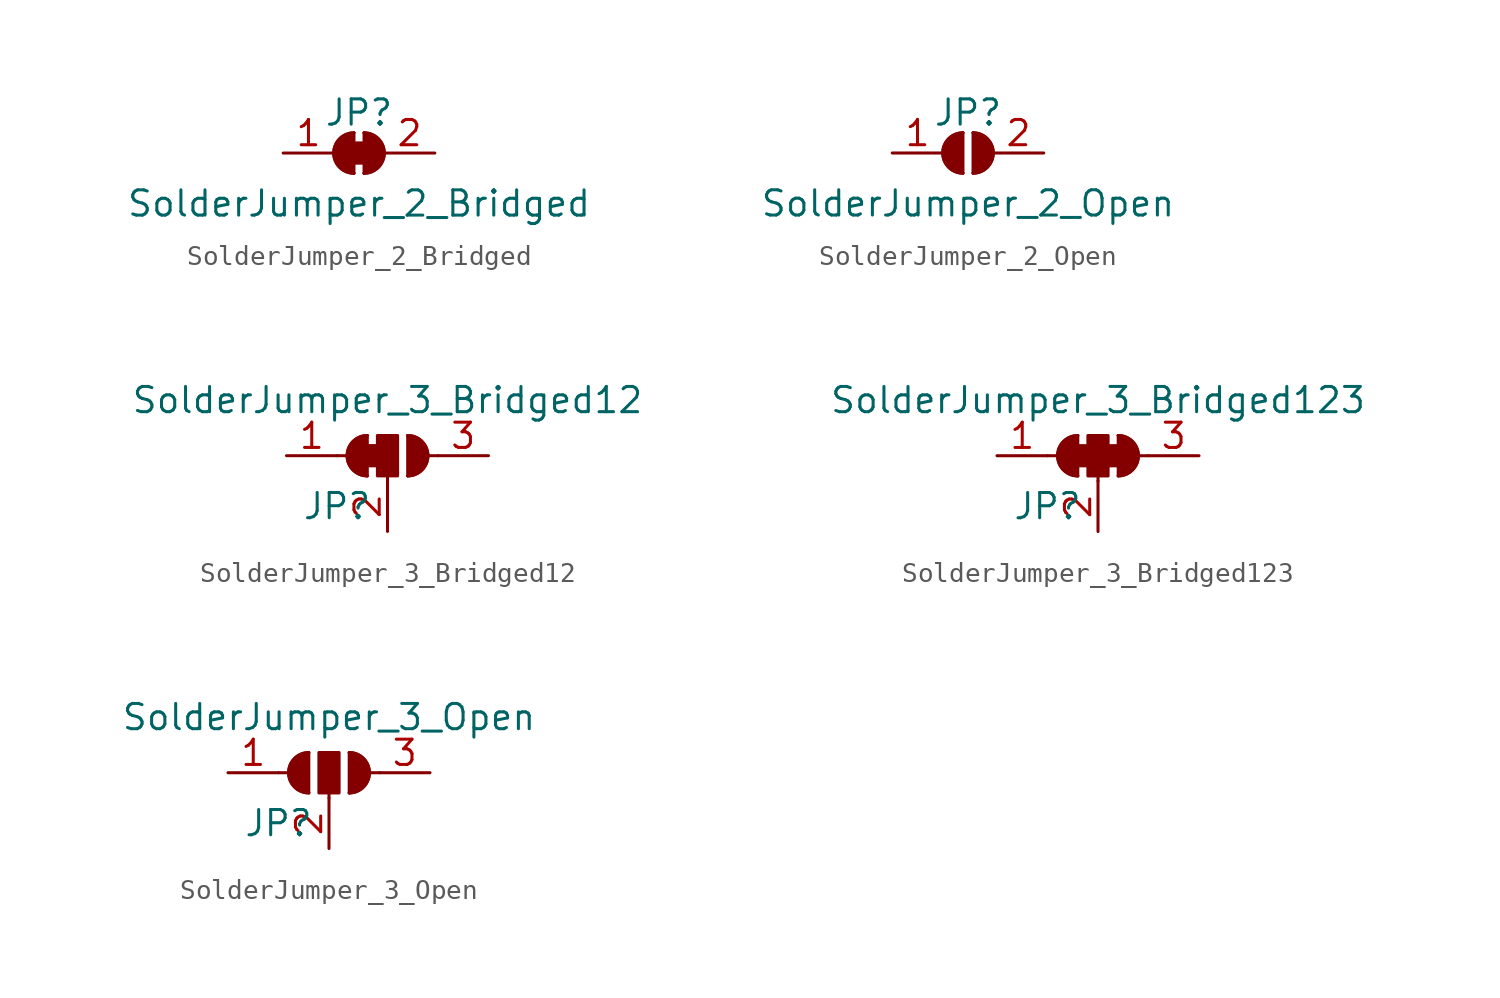
<source format=kicad_sym>
(kicad_symbol_lib
  (version 20201005)
  (generator kicad_symbol_editor)
  (symbol "SolderJumper_2_Bridged"
    (pin_names
      (offset 0) hide)
    (property "Reference" "JP"
      (at 0 2.032 0)
      (effects (font (size 1.27 1.27))))
    (property "Value" "SolderJumper_2_Bridged"
      (at 0 -2.54 0)
      (effects (font (size 1.27 1.27))))
    (symbol "SolderJumper_2_Bridged_0_1"
      (arc (start -0.254 1.016) (end -0.254 -1.016) (radius (at -0.254 0) (length 1.016) (angles 90.1 -90.1)) (stroke (width 0)) (fill (type none)))
      (arc (start 0.254 -1.016) (end 0.254 1.016) (radius (at 0.254 0) (length 1.016) (angles -89.9 89.9)) (stroke (width 0)) (fill (type none)))
      (arc (start -0.254 1.016) (end -0.254 -1.016) (radius (at -0.254 0) (length 1.016) (angles 90.1 -90.1)) (stroke (width 0)) (fill (type outline)))
      (arc (start 0.254 -1.016) (end 0.254 1.016) (radius (at 0.254 0) (length 1.016) (angles -89.9 89.9)) (stroke (width 0)) (fill (type outline)))
      (rectangle (start -0.508 0.508) (end 0.508 -0.508) (stroke (width 0)) (fill (type outline)))
      (polyline (pts (xy -0.254 1.016) (xy -0.254 -1.016)) (stroke (width 0)) (fill (type none)))
      (polyline (pts (xy 0.254 1.016) (xy 0.254 -1.016)) (stroke (width 0)) (fill (type none))))
    (symbol "SolderJumper_2_Bridged_1_1"
      (pin passive line (at -3.81 0 0) (length 2.54) (name "A" (effects (font (size 1.27 1.27)))) (number "1" (effects (font (size 1.27 1.27)))))
      (pin passive line (at 3.81 0 180) (length 2.54) (name "B" (effects (font (size 1.27 1.27)))) (number "2" (effects (font (size 1.27 1.27)))))))
  (symbol "SolderJumper_2_Open"
    (pin_names
      (offset 0) hide)
    (property "Reference" "JP"
      (at 0 2.032 0)
      (effects (font (size 1.27 1.27))))
    (property "Value" "SolderJumper_2_Open"
      (at 0 -2.54 0)
      (effects (font (size 1.27 1.27))))
    (symbol "SolderJumper_2_Open_0_1"
      (arc (start -0.254 1.016) (end -0.254 -1.016) (radius (at -0.254 0) (length 1.016) (angles 90.1 -90.1)) (stroke (width 0)) (fill (type none)))
      (arc (start 0.254 -1.016) (end 0.254 1.016) (radius (at 0.254 0) (length 1.016) (angles -89.9 89.9)) (stroke (width 0)) (fill (type none)))
      (arc (start -0.254 1.016) (end -0.254 -1.016) (radius (at -0.254 0) (length 1.016) (angles 90.1 -90.1)) (stroke (width 0)) (fill (type outline)))
      (arc (start 0.254 -1.016) (end 0.254 1.016) (radius (at 0.254 0) (length 1.016) (angles -89.9 89.9)) (stroke (width 0)) (fill (type outline)))
      (polyline (pts (xy -0.254 1.016) (xy -0.254 -1.016)) (stroke (width 0)) (fill (type none)))
      (polyline (pts (xy 0.254 1.016) (xy 0.254 -1.016)) (stroke (width 0)) (fill (type none))))
    (symbol "SolderJumper_2_Open_1_1"
      (pin passive line (at -3.81 0 0) (length 2.54) (name "A" (effects (font (size 1.27 1.27)))) (number "1" (effects (font (size 1.27 1.27)))))
      (pin passive line (at 3.81 0 180) (length 2.54) (name "B" (effects (font (size 1.27 1.27)))) (number "2" (effects (font (size 1.27 1.27)))))))
  (symbol "SolderJumper_3_Bridged12"
    (pin_names
      (offset 0) hide)
    (property "Reference" "JP"
      (at -2.54 -2.54 0)
      (effects (font (size 1.27 1.27))))
    (property "Value" "SolderJumper_3_Bridged12"
      (at 0 2.794 0)
      (effects (font (size 1.27 1.27))))
    (symbol "SolderJumper_3_Bridged12_0_1"
      (arc (start -1.016 1.016) (end -1.016 -1.016) (radius (at -1.016 0) (length 1.016) (angles 90.1 -90.1)) (stroke (width 0)) (fill (type none)))
      (arc (start 1.016 -1.016) (end 1.016 1.016) (radius (at 1.016 0) (length 1.016) (angles -89.9 89.9)) (stroke (width 0)) (fill (type none)))
      (arc (start -1.016 1.016) (end -1.016 -1.016) (radius (at -1.016 0) (length 1.016) (angles 90.1 -90.1)) (stroke (width 0)) (fill (type outline)))
      (arc (start 1.016 -1.016) (end 1.016 1.016) (radius (at 1.016 0) (length 1.016) (angles -89.9 89.9)) (stroke (width 0)) (fill (type outline)))
      (rectangle (start -1.016 0.508) (end -0.508 -0.508) (stroke (width 0)) (fill (type outline)))
      (rectangle (start -0.508 1.016) (end 0.508 -1.016) (stroke (width 0)) (fill (type outline)))
      (polyline (pts (xy -2.54 0) (xy -2.032 0)) (stroke (width 0)) (fill (type none)))
      (polyline (pts (xy -1.016 1.016) (xy -1.016 -1.016)) (stroke (width 0)) (fill (type none)))
      (polyline (pts (xy 0 -1.27) (xy 0 -1.016)) (stroke (width 0)) (fill (type none)))
      (polyline (pts (xy 1.016 1.016) (xy 1.016 -1.016)) (stroke (width 0)) (fill (type none)))
      (polyline (pts (xy 2.54 0) (xy 2.032 0)) (stroke (width 0)) (fill (type none))))
    (symbol "SolderJumper_3_Bridged12_1_1"
      (pin passive line (at -5.08 0 0) (length 2.54) (name "A" (effects (font (size 1.27 1.27)))) (number "1" (effects (font (size 1.27 1.27)))))
      (pin input line (at 0 -3.81 90) (length 2.54) (name "C" (effects (font (size 1.27 1.27)))) (number "2" (effects (font (size 1.27 1.27)))))
      (pin passive line (at 5.08 0 180) (length 2.54) (name "B" (effects (font (size 1.27 1.27)))) (number "3" (effects (font (size 1.27 1.27)))))))
  (symbol "SolderJumper_3_Bridged123"
    (pin_names
      (offset 0) hide)
    (property "Reference" "JP"
      (at -2.54 -2.54 0)
      (effects (font (size 1.27 1.27))))
    (property "Value" "SolderJumper_3_Bridged123"
      (at 0 2.794 0)
      (effects (font (size 1.27 1.27))))
    (symbol "SolderJumper_3_Bridged123_0_1"
      (arc (start -1.016 1.016) (end -1.016 -1.016) (radius (at -1.016 0) (length 1.016) (angles 90.1 -90.1)) (stroke (width 0)) (fill (type none)))
      (arc (start 1.016 -1.016) (end 1.016 1.016) (radius (at 1.016 0) (length 1.016) (angles -89.9 89.9)) (stroke (width 0)) (fill (type none)))
      (arc (start -1.016 1.016) (end -1.016 -1.016) (radius (at -1.016 0) (length 1.016) (angles 90.1 -90.1)) (stroke (width 0)) (fill (type outline)))
      (arc (start 1.016 -1.016) (end 1.016 1.016) (radius (at 1.016 0) (length 1.016) (angles -89.9 89.9)) (stroke (width 0)) (fill (type outline)))
      (rectangle (start -1.016 0.508) (end -0.508 -0.508) (stroke (width 0)) (fill (type outline)))
      (rectangle (start -0.508 1.016) (end 0.508 -1.016) (stroke (width 0)) (fill (type outline)))
      (rectangle (start 0.508 0.508) (end 1.016 -0.508) (stroke (width 0)) (fill (type outline)))
      (polyline (pts (xy -2.54 0) (xy -2.032 0)) (stroke (width 0)) (fill (type none)))
      (polyline (pts (xy -1.016 1.016) (xy -1.016 -1.016)) (stroke (width 0)) (fill (type none)))
      (polyline (pts (xy 0 -1.27) (xy 0 -1.016)) (stroke (width 0)) (fill (type none)))
      (polyline (pts (xy 1.016 1.016) (xy 1.016 -1.016)) (stroke (width 0)) (fill (type none)))
      (polyline (pts (xy 2.54 0) (xy 2.032 0)) (stroke (width 0)) (fill (type none))))
    (symbol "SolderJumper_3_Bridged123_1_1"
      (pin passive line (at -5.08 0 0) (length 2.54) (name "A" (effects (font (size 1.27 1.27)))) (number "1" (effects (font (size 1.27 1.27)))))
      (pin input line (at 0 -3.81 90) (length 2.54) (name "C" (effects (font (size 1.27 1.27)))) (number "2" (effects (font (size 1.27 1.27)))))
      (pin passive line (at 5.08 0 180) (length 2.54) (name "B" (effects (font (size 1.27 1.27)))) (number "3" (effects (font (size 1.27 1.27)))))))
  (symbol "SolderJumper_3_Open"
    (pin_names
      (offset 0) hide)
    (property "Reference" "JP"
      (at -2.54 -2.54 0)
      (effects (font (size 1.27 1.27))))
    (property "Value" "SolderJumper_3_Open"
      (at 0 2.794 0)
      (effects (font (size 1.27 1.27))))
    (symbol "SolderJumper_3_Open_0_1"
      (arc (start -1.016 1.016) (end -1.016 -1.016) (radius (at -1.016 0) (length 1.016) (angles 90.1 -90.1)) (stroke (width 0)) (fill (type none)))
      (arc (start 1.016 -1.016) (end 1.016 1.016) (radius (at 1.016 0) (length 1.016) (angles -89.9 89.9)) (stroke (width 0)) (fill (type none)))
      (arc (start -1.016 1.016) (end -1.016 -1.016) (radius (at -1.016 0) (length 1.016) (angles 90.1 -90.1)) (stroke (width 0)) (fill (type outline)))
      (arc (start 1.016 -1.016) (end 1.016 1.016) (radius (at 1.016 0) (length 1.016) (angles -89.9 89.9)) (stroke (width 0)) (fill (type outline)))
      (rectangle (start -0.508 1.016) (end 0.508 -1.016) (stroke (width 0)) (fill (type outline)))
      (polyline (pts (xy -2.54 0) (xy -2.032 0)) (stroke (width 0)) (fill (type none)))
      (polyline (pts (xy -1.016 1.016) (xy -1.016 -1.016)) (stroke (width 0)) (fill (type none)))
      (polyline (pts (xy 0 -1.27) (xy 0 -1.016)) (stroke (width 0)) (fill (type none)))
      (polyline (pts (xy 1.016 1.016) (xy 1.016 -1.016)) (stroke (width 0)) (fill (type none)))
      (polyline (pts (xy 2.54 0) (xy 2.032 0)) (stroke (width 0)) (fill (type none))))
    (symbol "SolderJumper_3_Open_1_1"
      (pin passive line (at -5.08 0 0) (length 2.54) (name "A" (effects (font (size 1.27 1.27)))) (number "1" (effects (font (size 1.27 1.27)))))
      (pin input line (at 0 -3.81 90) (length 2.54) (name "C" (effects (font (size 1.27 1.27)))) (number "2" (effects (font (size 1.27 1.27)))))
      (pin passive line (at 5.08 0 180) (length 2.54) (name "B" (effects (font (size 1.27 1.27)))) (number "3" (effects (font (size 1.27 1.27))))))))
</source>
